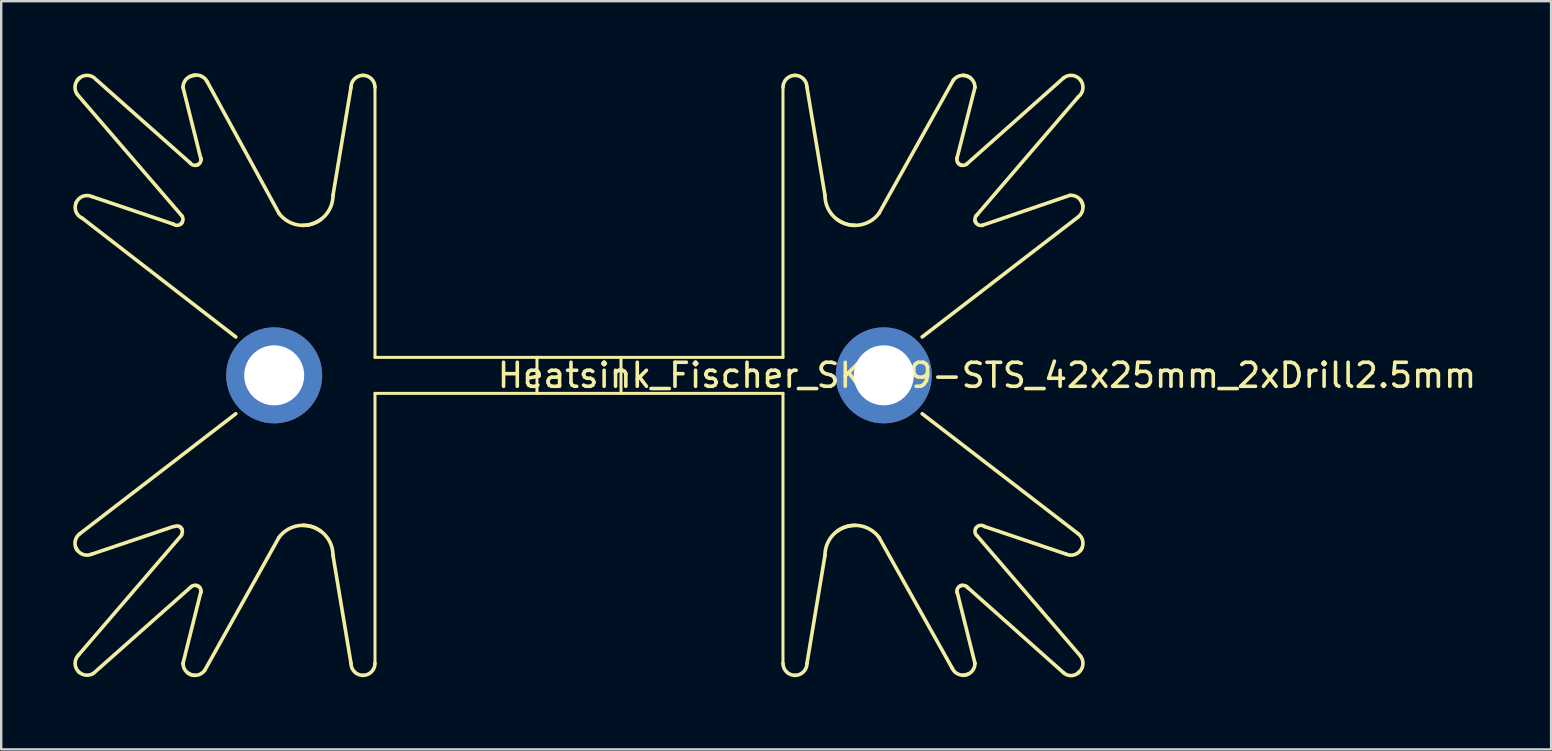
<source format=kicad_pcb>
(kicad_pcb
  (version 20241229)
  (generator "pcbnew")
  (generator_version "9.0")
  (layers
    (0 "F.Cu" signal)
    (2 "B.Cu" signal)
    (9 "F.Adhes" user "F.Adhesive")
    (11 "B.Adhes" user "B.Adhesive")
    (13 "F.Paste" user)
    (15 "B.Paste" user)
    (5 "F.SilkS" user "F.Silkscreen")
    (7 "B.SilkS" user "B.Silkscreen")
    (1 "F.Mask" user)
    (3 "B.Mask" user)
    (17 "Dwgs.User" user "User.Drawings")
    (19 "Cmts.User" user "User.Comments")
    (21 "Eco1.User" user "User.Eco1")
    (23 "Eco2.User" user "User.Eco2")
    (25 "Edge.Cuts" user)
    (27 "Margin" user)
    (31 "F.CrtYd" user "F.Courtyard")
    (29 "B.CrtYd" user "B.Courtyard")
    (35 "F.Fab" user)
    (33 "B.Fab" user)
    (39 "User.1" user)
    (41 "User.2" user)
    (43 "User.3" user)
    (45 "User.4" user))
  (footprint "Heatsink_Fischer_SK129-STS_42x25mm_2xDrill2.5mm"
    (layer "F.Cu")
    (at 21.075 12.59)
    (property "Reference" "Heatsink_Fischer_SK129-STS_42x25mm_2xDrill2.5mm" (at 17 0 0) (layer "F.SilkS") (effects (font (size 1 1) (thickness 0.15))))
    (attr through_hole)
    (fp_line (start -20.85 11.65) (end -16.55 6.65) (stroke (width 0.15) (type solid)) (layer "F.SilkS"))
    (fp_line (start -20.8 6.6) (end -14.3 1.6) (stroke (width 0.15) (type solid)) (layer "F.SilkS"))
    (fp_line (start -20.7 -6.55) (end -14.3 -1.6) (stroke (width 0.15) (type solid)) (layer "F.SilkS"))
    (fp_line (start -20.3 7.45) (end -16.9 6.3) (stroke (width 0.15) (type solid)) (layer "F.SilkS"))
    (fp_line (start -20.1 12.3) (end -16.15 8.8) (stroke (width 0.15) (type solid)) (layer "F.SilkS"))
    (fp_line (start -16.9 -6.3) (end -20.3 -7.45) (stroke (width 0.15) (type solid)) (layer "F.SilkS"))
    (fp_line (start -16.55 -6.65) (end -20.9 -11.7) (stroke (width 0.15) (type solid)) (layer "F.SilkS"))
    (fp_line (start -16.5 12) (end -15.75 9) (stroke (width 0.15) (type solid)) (layer "F.SilkS"))
    (fp_line (start -16.2 -8.85) (end -20.15 -12.35) (stroke (width 0.15) (type solid)) (layer "F.SilkS"))
    (fp_line (start -15.75 -9) (end -16.5 -12) (stroke (width 0.15) (type solid)) (layer "F.SilkS"))
    (fp_line (start -15.6 12.3) (end -12.5 6.75) (stroke (width 0.15) (type solid)) (layer "F.SilkS"))
    (fp_line (start -15.5 -12.25) (end -12.5 -6.75) (stroke (width 0.15) (type solid)) (layer "F.SilkS"))
    (fp_line (start -10.25 7.5) (end -9.5 12) (stroke (width 0.15) (type solid)) (layer "F.SilkS"))
    (fp_line (start -9.5 -12) (end -10.25 -7.5) (stroke (width 0.15) (type solid)) (layer "F.SilkS"))
    (fp_line (start -8.5 -12) (end -8.5 -0.75) (stroke (width 0.125) (type solid)) (layer "F.SilkS"))
    (fp_line (start -8.5 -0.75) (end 8.5 -0.75) (stroke (width 0.125) (type solid)) (layer "F.SilkS"))
    (fp_line (start -8.5 12) (end -8.5 0.75) (stroke (width 0.125) (type solid)) (layer "F.SilkS"))
    (fp_line (start -1.75 -0.75) (end -1.75 0.75) (stroke (width 0.125) (type solid)) (layer "F.SilkS"))
    (fp_line (start 1.75 0.75) (end 1.75 -0.75) (stroke (width 0.125) (type solid)) (layer "F.SilkS"))
    (fp_line (start 8.5 -12) (end 8.5 -0.75) (stroke (width 0.125) (type solid)) (layer "F.SilkS"))
    (fp_line (start 8.5 0.75) (end -8.5 0.75) (stroke (width 0.125) (type solid)) (layer "F.SilkS"))
    (fp_line (start 8.5 12) (end 8.5 0.75) (stroke (width 0.125) (type solid)) (layer "F.SilkS"))
    (fp_line (start 9.5 -12) (end 10.25 -7.5) (stroke (width 0.15) (type solid)) (layer "F.SilkS"))
    (fp_line (start 10.25 7.5) (end 9.5 12) (stroke (width 0.15) (type solid)) (layer "F.SilkS"))
    (fp_line (start 12.5 -6.75) (end 15.6 -12.3) (stroke (width 0.15) (type solid)) (layer "F.SilkS"))
    (fp_line (start 15.55 12.2) (end 12.5 6.75) (stroke (width 0.15) (type solid)) (layer "F.SilkS"))
    (fp_line (start 16.15 -8.8) (end 20.2 -12.4) (stroke (width 0.15) (type solid)) (layer "F.SilkS"))
    (fp_line (start 16.15 8.8) (end 20.2 12.4) (stroke (width 0.15) (type solid)) (layer "F.SilkS"))
    (fp_line (start 16.5 -12) (end 15.75 -9.05) (stroke (width 0.15) (type solid)) (layer "F.SilkS"))
    (fp_line (start 16.5 12) (end 15.75 9) (stroke (width 0.15) (type solid)) (layer "F.SilkS"))
    (fp_line (start 16.55 -6.65) (end 20.8 -11.6) (stroke (width 0.15) (type solid)) (layer "F.SilkS"))
    (fp_line (start 16.6 6.7) (end 20.9 11.7) (stroke (width 0.15) (type solid)) (layer "F.SilkS"))
    (fp_line (start 16.8 -6.25) (end 20.45 -7.5) (stroke (width 0.15) (type solid)) (layer "F.SilkS"))
    (fp_line (start 16.9 6.3) (end 20.3 7.45) (stroke (width 0.15) (type solid)) (layer "F.SilkS"))
    (fp_line (start 20.8 -6.6) (end 14.3 -1.6) (stroke (width 0.15) (type solid)) (layer "F.SilkS"))
    (fp_line (start 20.8 6.6) (end 14.3 1.6) (stroke (width 0.15) (type solid)) (layer "F.SilkS"))
    (fp_arc (start -20.95 -7.2) (mid -20.676777 -7.459619) (end -20.3 -7.45) (stroke (width 0.15) (type solid)) (layer "F.SilkS"))
    (fp_arc (start -20.9 -12.3) (mid -20.570711 -12.494975) (end -20.2 -12.4) (stroke (width 0.15) (type solid)) (layer "F.SilkS"))
    (fp_arc (start -20.9 -11.7) (mid -20.994975 -12.070711) (end -20.8 -12.4) (stroke (width 0.15) (type solid)) (layer "F.SilkS"))
    (fp_arc (start -20.9 7.3) (mid -20.994975 6.929289) (end -20.8 6.6) (stroke (width 0.15) (type solid)) (layer "F.SilkS"))
    (fp_arc (start -20.85 12.35) (mid -20.994975 12) (end -20.85 11.65) (stroke (width 0.15) (type solid)) (layer "F.SilkS"))
    (fp_arc (start -20.7 -6.55) (mid -20.959619 -6.823223) (end -20.95 -7.2) (stroke (width 0.15) (type solid)) (layer "F.SilkS"))
    (fp_arc (start -20.3 7.45) (mid -20.676777 7.459619) (end -20.95 7.2) (stroke (width 0.15) (type solid)) (layer "F.SilkS"))
    (fp_arc (start -20.15 12.35) (mid -20.5 12.494975) (end -20.85 12.35) (stroke (width 0.15) (type solid)) (layer "F.SilkS"))
    (fp_arc (start -16.85 6.3) (mid -16.679289 6.287868) (end -16.55 6.4) (stroke (width 0.15) (type solid)) (layer "F.SilkS"))
    (fp_arc (start -16.65 6.3) (mid -16.537868 6.429289) (end -16.55 6.6) (stroke (width 0.15) (type solid)) (layer "F.SilkS"))
    (fp_arc (start -16.55 -6.65) (mid -16.502513 -6.464645) (end -16.6 -6.3) (stroke (width 0.15) (type solid)) (layer "F.SilkS"))
    (fp_arc (start -16.55 -6.35) (mid -16.714645 -6.252513) (end -16.9 -6.3) (stroke (width 0.15) (type solid)) (layer "F.SilkS"))
    (fp_arc (start -16.5 -12) (mid -16.353553 -12.353553) (end -16 -12.5) (stroke (width 0.15) (type solid)) (layer "F.SilkS"))
    (fp_arc (start -16.2 -12.45) (mid -15.808579 -12.494975) (end -15.5 -12.25) (stroke (width 0.15) (type solid)) (layer "F.SilkS"))
    (fp_arc (start -16.15 8.8) (mid -15.964645 8.752513) (end -15.8 8.85) (stroke (width 0.15) (type solid)) (layer "F.SilkS"))
    (fp_arc (start -16 12.5) (mid -16.353553 12.353553) (end -16.5 12) (stroke (width 0.15) (type solid)) (layer "F.SilkS"))
    (fp_arc (start -15.95 8.75) (mid -15.787868 8.858579) (end -15.75 9.05) (stroke (width 0.15) (type solid)) (layer "F.SilkS"))
    (fp_arc (start -15.85 -8.8) (mid -16.035355 -8.752513) (end -16.2 -8.85) (stroke (width 0.15) (type solid)) (layer "F.SilkS"))
    (fp_arc (start -15.75 -9.05) (mid -15.787868 -8.858579) (end -15.95 -8.75) (stroke (width 0.15) (type solid)) (layer "F.SilkS"))
    (fp_arc (start -15.6 12.3) (mid -15.929289 12.494975) (end -16.3 12.4) (stroke (width 0.15) (type solid)) (layer "F.SilkS"))
    (fp_arc (start -12.5 6.75) (mid -11.676777 6.262563) (end -10.75 6.5) (stroke (width 0.15) (type solid)) (layer "F.SilkS"))
    (fp_arc (start -11.5 6.25) (mid -10.616117 6.616117) (end -10.25 7.5) (stroke (width 0.15) (type solid)) (layer "F.SilkS"))
    (fp_arc (start -10.75 -6.5) (mid -11.676777 -6.262563) (end -12.5 -6.75) (stroke (width 0.15) (type solid)) (layer "F.SilkS"))
    (fp_arc (start -10.25 -7.5) (mid -10.616117 -6.616117) (end -11.5 -6.25) (stroke (width 0.15) (type solid)) (layer "F.SilkS"))
    (fp_arc (start -9.5 -12) (mid -9.353553 -12.353553) (end -9 -12.5) (stroke (width 0.15) (type solid)) (layer "F.SilkS"))
    (fp_arc (start -9 -12.5) (mid -8.646447 -12.353553) (end -8.5 -12) (stroke (width 0.15) (type solid)) (layer "F.SilkS"))
    (fp_arc (start -9 12.5) (mid -9.353553 12.353553) (end -9.5 12) (stroke (width 0.15) (type solid)) (layer "F.SilkS"))
    (fp_arc (start -8.5 12) (mid -8.646447 12.353553) (end -9 12.5) (stroke (width 0.15) (type solid)) (layer "F.SilkS"))
    (fp_arc (start 8.5 -12) (mid 8.646447 -12.353553) (end 9 -12.5) (stroke (width 0.15) (type solid)) (layer "F.SilkS"))
    (fp_arc (start 9 -12.5) (mid 9.353553 -12.353553) (end 9.5 -12) (stroke (width 0.15) (type solid)) (layer "F.SilkS"))
    (fp_arc (start 9 12.5) (mid 8.646447 12.353553) (end 8.5 12) (stroke (width 0.15) (type solid)) (layer "F.SilkS"))
    (fp_arc (start 9.5 12) (mid 9.353553 12.353553) (end 9 12.5) (stroke (width 0.15) (type solid)) (layer "F.SilkS"))
    (fp_arc (start 10.25 7.5) (mid 10.616117 6.616117) (end 11.5 6.25) (stroke (width 0.15) (type solid)) (layer "F.SilkS"))
    (fp_arc (start 10.75 6.5) (mid 11.676777 6.262563) (end 12.5 6.75) (stroke (width 0.15) (type solid)) (layer "F.SilkS"))
    (fp_arc (start 11.5 -6.25) (mid 10.616117 -6.616117) (end 10.25 -7.5) (stroke (width 0.15) (type solid)) (layer "F.SilkS"))
    (fp_arc (start 12.5 -6.75) (mid 11.676777 -6.262563) (end 10.75 -6.5) (stroke (width 0.15) (type solid)) (layer "F.SilkS"))
    (fp_arc (start 15.6 -12.3) (mid 15.929289 -12.494975) (end 16.3 -12.4) (stroke (width 0.15) (type solid)) (layer "F.SilkS"))
    (fp_arc (start 15.75 9.05) (mid 15.787868 8.858579) (end 15.95 8.75) (stroke (width 0.15) (type solid)) (layer "F.SilkS"))
    (fp_arc (start 15.85 8.8) (mid 16.035355 8.752513) (end 16.2 8.85) (stroke (width 0.15) (type solid)) (layer "F.SilkS"))
    (fp_arc (start 15.95 -8.75) (mid 15.787868 -8.858579) (end 15.75 -9.05) (stroke (width 0.15) (type solid)) (layer "F.SilkS"))
    (fp_arc (start 16 -12.5) (mid 16.353553 -12.353553) (end 16.5 -12) (stroke (width 0.15) (type solid)) (layer "F.SilkS"))
    (fp_arc (start 16.15 -8.8) (mid 15.964645 -8.752513) (end 15.8 -8.85) (stroke (width 0.15) (type solid)) (layer "F.SilkS"))
    (fp_arc (start 16.2 12.45) (mid 15.823223 12.459619) (end 15.55 12.2) (stroke (width 0.15) (type solid)) (layer "F.SilkS"))
    (fp_arc (start 16.5 12) (mid 16.353553 12.353553) (end 16 12.5) (stroke (width 0.15) (type solid)) (layer "F.SilkS"))
    (fp_arc (start 16.55 -6.35) (mid 16.502513 -6.535355) (end 16.6 -6.7) (stroke (width 0.15) (type solid)) (layer "F.SilkS"))
    (fp_arc (start 16.55 6.35) (mid 16.714645 6.252513) (end 16.9 6.3) (stroke (width 0.15) (type solid)) (layer "F.SilkS"))
    (fp_arc (start 16.6 6.7) (mid 16.502513 6.535355) (end 16.55 6.35) (stroke (width 0.15) (type solid)) (layer "F.SilkS"))
    (fp_arc (start 16.8 -6.25) (mid 16.608579 -6.287868) (end 16.5 -6.45) (stroke (width 0.15) (type solid)) (layer "F.SilkS"))
    (fp_arc (start 20.2 -12.4) (mid 20.570711 -12.494975) (end 20.9 -12.3) (stroke (width 0.15) (type solid)) (layer "F.SilkS"))
    (fp_arc (start 20.45 -7.5) (mid 20.818198 -7.388909) (end 21 -7.05) (stroke (width 0.15) (type solid)) (layer "F.SilkS"))
    (fp_arc (start 20.8 6.6) (mid 20.994975 6.929289) (end 20.9 7.3) (stroke (width 0.15) (type solid)) (layer "F.SilkS"))
    (fp_arc (start 20.85 12.35) (mid 20.535355 12.509619) (end 20.2 12.4) (stroke (width 0.15) (type solid)) (layer "F.SilkS"))
    (fp_arc (start 20.9 -12.3) (mid 20.994975 -11.929289) (end 20.8 -11.6) (stroke (width 0.15) (type solid)) (layer "F.SilkS"))
    (fp_arc (start 20.9 -7.3) (mid 20.994975 -6.929289) (end 20.8 -6.6) (stroke (width 0.15) (type solid)) (layer "F.SilkS"))
    (fp_arc (start 20.9 11.7) (mid 20.994975 12.070711) (end 20.8 12.4) (stroke (width 0.15) (type solid)) (layer "F.SilkS"))
    (fp_arc (start 20.95 7.2) (mid 20.676777 7.459619) (end 20.3 7.45) (stroke (width 0.15) (type solid)) (layer "F.SilkS"))
    (pad "1" thru_hole circle (at -12.7 0) (size 4 4) (drill 2.5) (layers "*.Cu" "*.Mask"))
    (pad "1" thru_hole circle (at 12.7 0) (size 4 4) (drill 2.5) (layers "*.Cu" "*.Mask")))
  (gr_rect
    (start -3 -3)
    (end 61.581 28.176)
    (stroke (width 0.1) (type default))
    (fill no)
    (layer "Edge.Cuts")))
</source>
